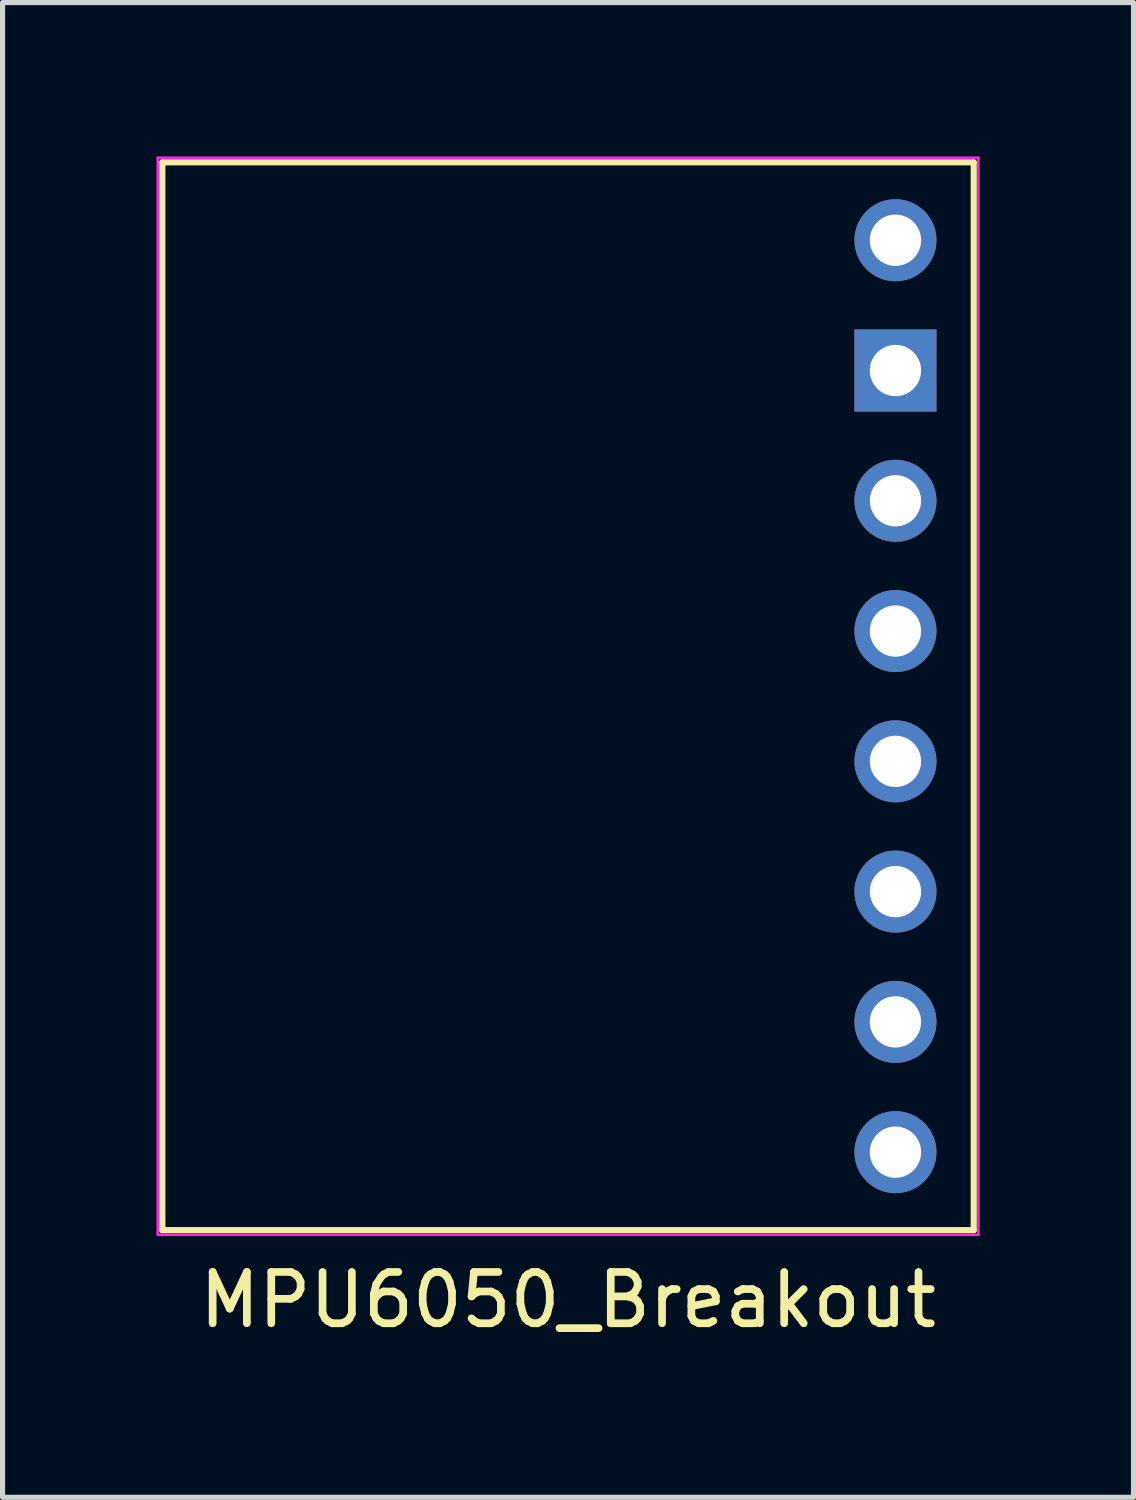
<source format=kicad_pcb>
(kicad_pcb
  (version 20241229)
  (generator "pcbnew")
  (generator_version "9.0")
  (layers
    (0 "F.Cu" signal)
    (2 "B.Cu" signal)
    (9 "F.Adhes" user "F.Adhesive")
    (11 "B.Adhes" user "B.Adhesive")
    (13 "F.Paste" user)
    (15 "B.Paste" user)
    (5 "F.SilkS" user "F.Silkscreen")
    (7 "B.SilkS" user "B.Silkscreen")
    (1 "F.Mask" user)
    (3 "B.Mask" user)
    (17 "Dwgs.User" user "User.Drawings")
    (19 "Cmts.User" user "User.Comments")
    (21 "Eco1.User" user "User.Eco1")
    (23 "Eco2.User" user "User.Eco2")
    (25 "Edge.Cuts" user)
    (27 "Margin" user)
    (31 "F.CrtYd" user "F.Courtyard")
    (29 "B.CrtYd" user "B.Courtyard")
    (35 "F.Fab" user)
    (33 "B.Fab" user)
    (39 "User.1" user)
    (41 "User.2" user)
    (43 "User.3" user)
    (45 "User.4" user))
  (footprint "MPU6050_Breakout"
    (layer "F.Cu")
    (at 14.409 1.634)
    (property "Reference" "MPU6050_Breakout" (at -6.384 20.661 0) (layer "F.SilkS") (effects (font (size 1 1) (thickness 0.15))))
    (attr through_hole)
    (fp_line (start -14.294 -1.519) (end 1.526 -1.519) (stroke (width 0.12) (type solid)) (layer "F.SilkS"))
    (fp_line (start -14.294 19.301) (end -14.294 -1.519) (stroke (width 0.12) (type solid)) (layer "F.SilkS"))
    (fp_line (start 1.526 -1.519) (end 1.526 19.301) (stroke (width 0.12) (type solid)) (layer "F.SilkS"))
    (fp_line (start 1.526 19.301) (end -14.294 19.301) (stroke (width 0.12) (type solid)) (layer "F.SilkS"))
    (fp_line (start -14.384 -1.609) (end -14.384 19.391) (stroke (width 0.05) (type solid)) (layer "F.CrtYd"))
    (fp_line (start -14.384 19.391) (end 1.616 19.391) (stroke (width 0.05) (type solid)) (layer "F.CrtYd"))
    (fp_line (start 1.616 -1.609) (end -14.384 -1.609) (stroke (width 0.05) (type solid)) (layer "F.CrtYd"))
    (fp_line (start 1.616 19.391) (end 1.616 -1.609) (stroke (width 0.05) (type solid)) (layer "F.CrtYd"))
    (pad "1" thru_hole circle (at 0 0) (size 1.6 1.6) (drill 1) (layers "*.Cu" "*.Mask"))
    (pad "2" thru_hole rect (at 0 2.54) (size 1.6 1.6) (drill 1) (layers "*.Cu" "*.Mask"))
    (pad "3" thru_hole circle (at 0 5.08) (size 1.6 1.6) (drill 1) (layers "*.Cu" "*.Mask"))
    (pad "4" thru_hole circle (at 0 7.62) (size 1.6 1.6) (drill 1) (layers "*.Cu" "*.Mask"))
    (pad "5" thru_hole circle (at 0 10.16) (size 1.6 1.6) (drill 1) (layers "*.Cu" "*.Mask"))
    (pad "6" thru_hole circle (at 0 12.7) (size 1.6 1.6) (drill 1) (layers "*.Cu" "*.Mask"))
    (pad "7" thru_hole circle (at 0 15.24) (size 1.6 1.6) (drill 1) (layers "*.Cu" "*.Mask"))
    (pad "8" thru_hole circle (at 0 17.78) (size 1.6 1.6) (drill 1) (layers "*.Cu" "*.Mask")))
  (gr_rect
    (start -3 -3)
    (end 19.05 26.143)
    (stroke (width 0.1) (type default))
    (fill no)
    (layer "Edge.Cuts")))
</source>
